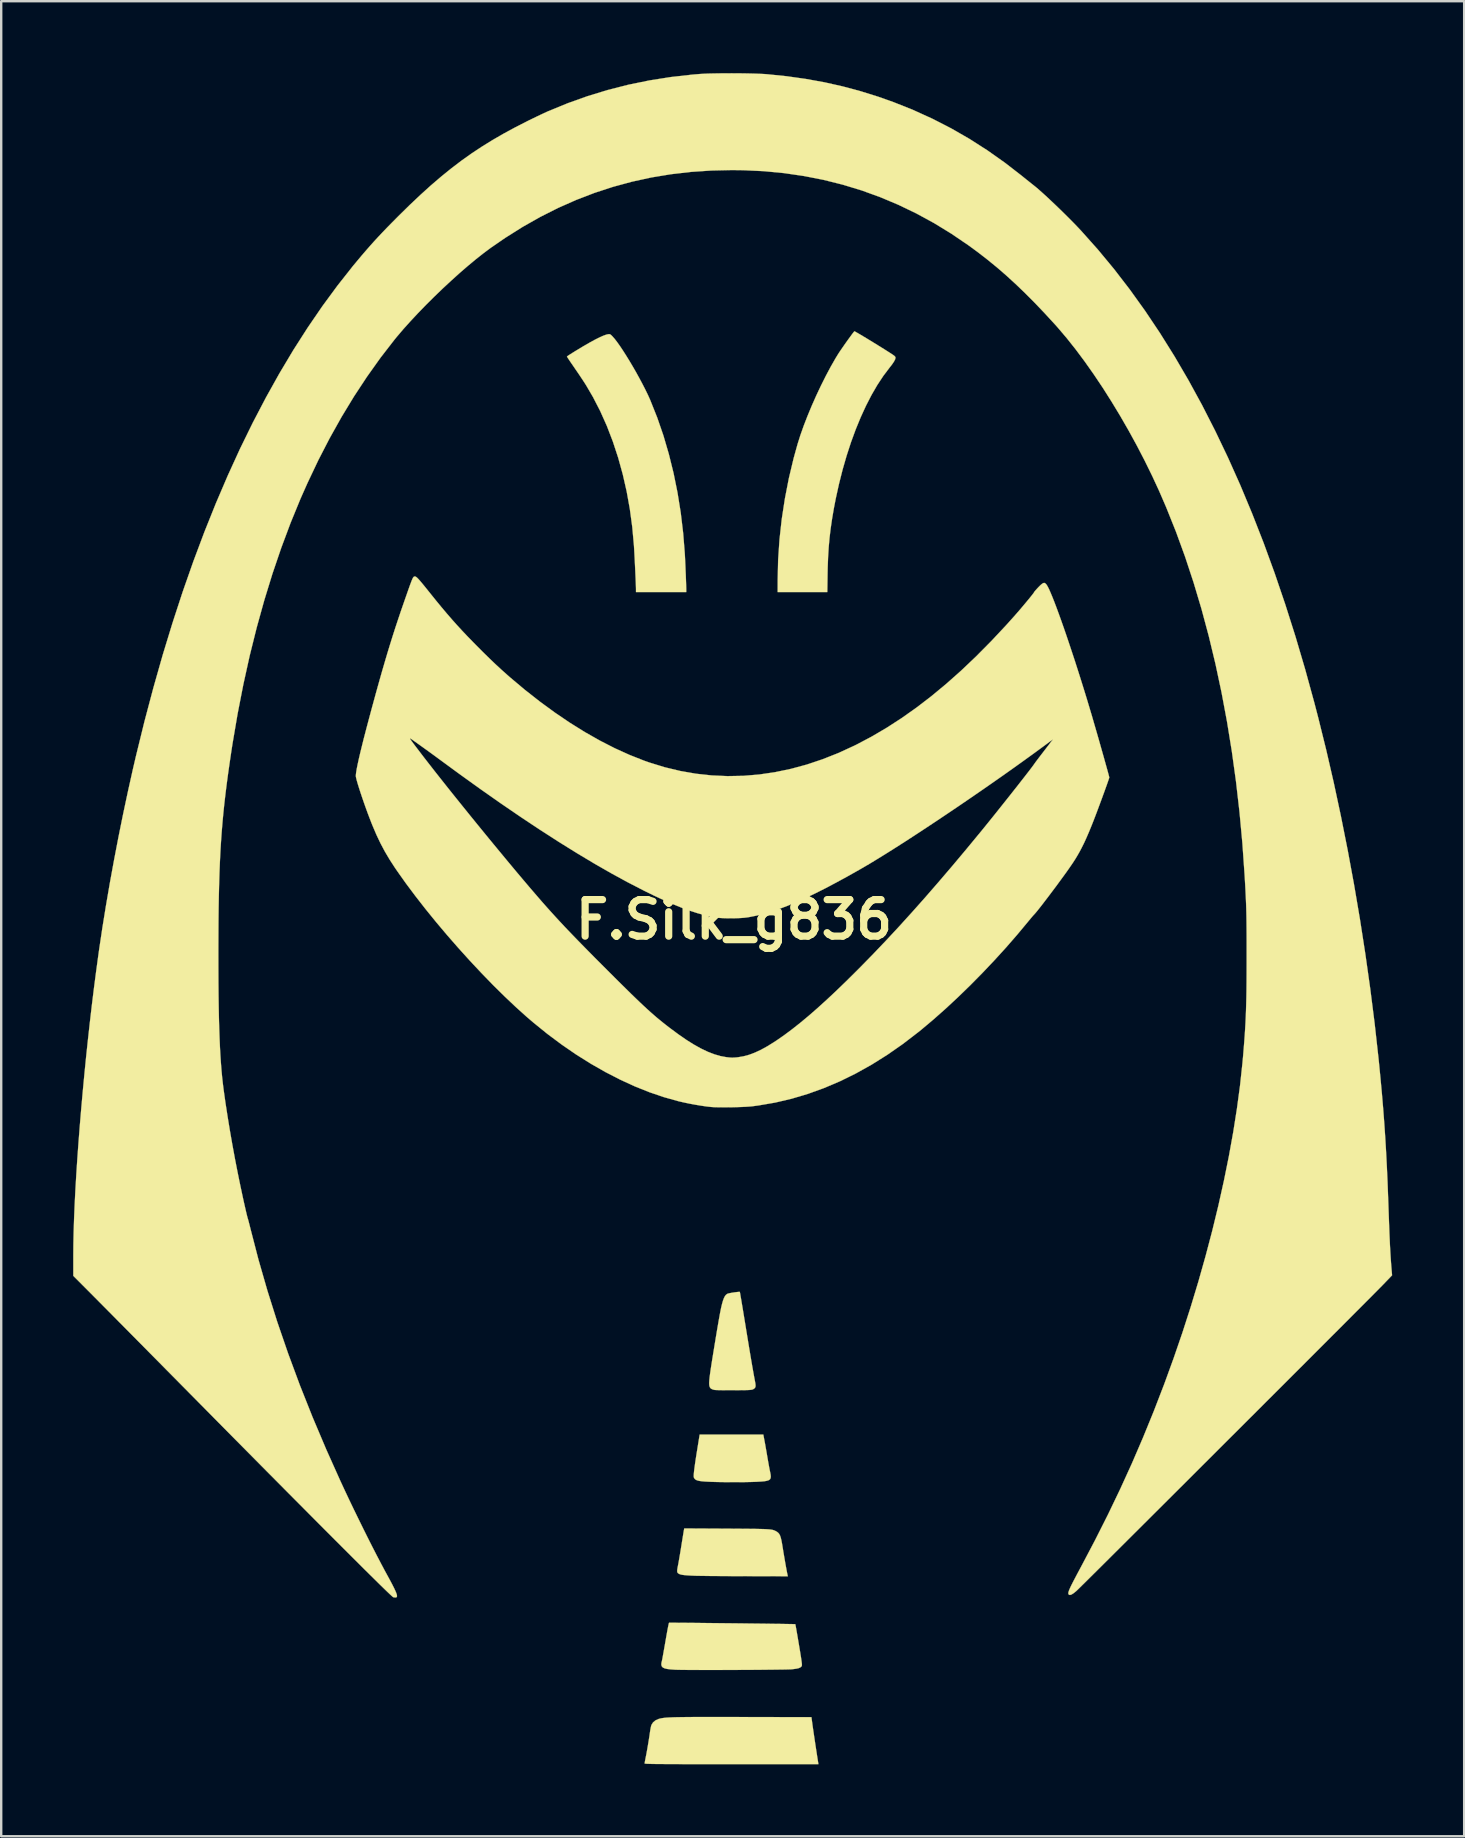
<source format=kicad_pcb>
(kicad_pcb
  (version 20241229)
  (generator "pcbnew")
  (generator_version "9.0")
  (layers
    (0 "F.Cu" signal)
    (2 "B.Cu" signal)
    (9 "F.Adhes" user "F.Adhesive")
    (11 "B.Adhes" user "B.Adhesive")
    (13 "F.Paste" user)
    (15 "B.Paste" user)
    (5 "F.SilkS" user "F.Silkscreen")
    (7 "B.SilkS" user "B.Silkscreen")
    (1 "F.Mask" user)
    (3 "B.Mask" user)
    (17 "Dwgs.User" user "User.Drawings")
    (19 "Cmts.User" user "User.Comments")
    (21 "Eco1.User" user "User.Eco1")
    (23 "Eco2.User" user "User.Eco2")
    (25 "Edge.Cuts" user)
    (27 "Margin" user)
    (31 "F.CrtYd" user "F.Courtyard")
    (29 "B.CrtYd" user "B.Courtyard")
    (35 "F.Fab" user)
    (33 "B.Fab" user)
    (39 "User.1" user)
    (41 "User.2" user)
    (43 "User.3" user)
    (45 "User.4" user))
  (footprint "F.Silk_g836"
    (layer "F.Cu")
    (at 27.543 35.28)
    (property "Reference" "F.Silk_g836" (at 0 0 0) (layer "F.SilkS") (effects (font (size 1.524 1.524) (thickness 0.3))))
    (attr through_hole)
    (fp_poly (pts (xy 1.277 21.754) (xy 1.3 21.877) (xy 1.326 22.027) (xy 1.355 22.189) (xy 1.382 22.349) (xy 1.397 22.437) (xy 1.421 22.578) (xy 1.447 22.721) (xy 1.471 22.853) (xy 1.493 22.965) (xy 1.506 23.026) (xy 1.526 23.13) (xy 1.534 23.213) (xy 1.526 23.278) (xy 1.499 23.328) (xy 1.449 23.364) (xy 1.372 23.39) (xy 1.265 23.409) (xy 1.124 23.421) (xy 0.945 23.431) (xy 0.9 23.433) (xy 0.682 23.44) (xy 0.433 23.445) (xy 0.162 23.447) (xy -0.119 23.447) (xy -0.402 23.445) (xy -0.675 23.441) (xy -0.928 23.434) (xy -1.005 23.431) (xy -1.19 23.422) (xy -1.337 23.41) (xy -1.451 23.394) (xy -1.537 23.372) (xy -1.598 23.343) (xy -1.641 23.306) (xy -1.669 23.259) (xy -1.673 23.249) (xy -1.679 23.208) (xy -1.677 23.133) (xy -1.667 23.022) (xy -1.65 22.875) (xy -1.625 22.69) (xy -1.592 22.467) (xy -1.551 22.204) (xy -1.531 22.082) (xy -1.431 21.463) (xy 1.222 21.463) (xy 1.277 21.754)) (stroke (width 0.01) (type solid)) (fill yes) (layer "F.SilkS"))
    (fp_poly (pts (xy 5.039 -24.514) (xy 5.091 -24.485) (xy 5.171 -24.439) (xy 5.274 -24.379) (xy 5.396 -24.306) (xy 5.533 -24.224) (xy 5.68 -24.134) (xy 5.834 -24.04) (xy 5.989 -23.944) (xy 6.143 -23.849) (xy 6.29 -23.757) (xy 6.427 -23.67) (xy 6.546 -23.594) (xy 6.63 -23.538) (xy 6.685 -23.498) (xy 6.716 -23.466) (xy 6.729 -23.438) (xy 6.731 -23.415) (xy 6.715 -23.348) (xy 6.666 -23.255) (xy 6.585 -23.136) (xy 6.477 -22.998) (xy 6.221 -22.659) (xy 5.972 -22.281) (xy 5.732 -21.867) (xy 5.501 -21.418) (xy 5.281 -20.939) (xy 5.072 -20.43) (xy 4.876 -19.895) (xy 4.694 -19.337) (xy 4.527 -18.758) (xy 4.376 -18.16) (xy 4.241 -17.547) (xy 4.161 -17.134) (xy 4.088 -16.706) (xy 4.029 -16.301) (xy 3.982 -15.909) (xy 3.947 -15.517) (xy 3.922 -15.114) (xy 3.906 -14.687) (xy 3.901 -14.441) (xy 3.889 -13.652) (xy 1.82 -13.652) (xy 1.821 -14.166) (xy 1.84 -14.999) (xy 1.897 -15.845) (xy 1.991 -16.697) (xy 2.122 -17.549) (xy 2.287 -18.397) (xy 2.487 -19.234) (xy 2.654 -19.834) (xy 2.77 -20.2) (xy 2.909 -20.592) (xy 3.068 -21.001) (xy 3.242 -21.42) (xy 3.429 -21.842) (xy 3.625 -22.257) (xy 3.826 -22.659) (xy 4.029 -23.04) (xy 4.23 -23.392) (xy 4.345 -23.58) (xy 4.389 -23.647) (xy 4.448 -23.735) (xy 4.518 -23.837) (xy 4.596 -23.948) (xy 4.677 -24.064) (xy 4.758 -24.177) (xy 4.835 -24.283) (xy 4.903 -24.376) (xy 4.959 -24.451) (xy 4.999 -24.501) (xy 5.018 -24.522) (xy 5.039 -24.514)) (stroke (width 0.01) (type solid)) (fill yes) (layer "F.SilkS"))
    (fp_poly (pts (xy -0.552 33.235) (xy -0.166 33.235) (xy 0.26 33.236) (xy 0.392 33.236) (xy 3.228 33.242) (xy 3.265 33.517) (xy 3.276 33.6) (xy 3.293 33.716) (xy 3.314 33.86) (xy 3.338 34.023) (xy 3.364 34.198) (xy 3.391 34.379) (xy 3.418 34.556) (xy 3.444 34.724) (xy 3.467 34.875) (xy 3.487 35.002) (xy 3.502 35.096) (xy 3.506 35.121) (xy 3.519 35.2) (xy -0.103 35.2) (xy -0.569 35.2) (xy -0.995 35.2) (xy -1.382 35.2) (xy -1.732 35.199) (xy -2.047 35.199) (xy -2.328 35.198) (xy -2.577 35.198) (xy -2.796 35.197) (xy -2.987 35.195) (xy -3.151 35.194) (xy -3.291 35.193) (xy -3.408 35.191) (xy -3.503 35.189) (xy -3.578 35.186) (xy -3.636 35.184) (xy -3.678 35.181) (xy -3.706 35.178) (xy -3.721 35.174) (xy -3.725 35.171) (xy -3.721 35.138) (xy -3.71 35.075) (xy -3.694 34.991) (xy -3.683 34.936) (xy -3.653 34.784) (xy -3.62 34.603) (xy -3.586 34.406) (xy -3.553 34.205) (xy -3.523 34.014) (xy -3.503 33.873) (xy -3.487 33.769) (xy -3.469 33.674) (xy -3.452 33.6) (xy -3.44 33.564) (xy -3.374 33.46) (xy -3.273 33.376) (xy -3.142 33.317) (xy -3.138 33.316) (xy -3.097 33.305) (xy -3.053 33.294) (xy -3.004 33.284) (xy -2.947 33.276) (xy -2.881 33.268) (xy -2.802 33.261) (xy -2.71 33.256) (xy -2.602 33.251) (xy -2.475 33.246) (xy -2.329 33.243) (xy -2.159 33.24) (xy -1.965 33.238) (xy -1.745 33.236) (xy -1.495 33.235) (xy -1.215 33.235) (xy -0.901 33.234) (xy -0.552 33.235)) (stroke (width 0.01) (type solid)) (fill yes) (layer "F.SilkS"))
    (fp_poly (pts (xy -0.322 25.385) (xy 0.004 25.387) (xy 0.29 25.389) (xy 0.54 25.391) (xy 0.756 25.393) (xy 0.941 25.395) (xy 1.098 25.399) (xy 1.23 25.402) (xy 1.339 25.407) (xy 1.429 25.413) (xy 1.501 25.419) (xy 1.56 25.427) (xy 1.608 25.436) (xy 1.648 25.447) (xy 1.682 25.459) (xy 1.713 25.474) (xy 1.735 25.484) (xy 1.796 25.519) (xy 1.845 25.559) (xy 1.886 25.608) (xy 1.92 25.673) (xy 1.949 25.758) (xy 1.976 25.869) (xy 2.003 26.012) (xy 2.032 26.191) (xy 2.034 26.199) (xy 2.056 26.341) (xy 2.083 26.499) (xy 2.111 26.663) (xy 2.139 26.826) (xy 2.167 26.981) (xy 2.192 27.118) (xy 2.214 27.231) (xy 2.231 27.311) (xy 2.233 27.321) (xy 2.244 27.369) (xy 0.493 27.365) (xy 0.213 27.364) (xy -0.061 27.363) (xy -0.327 27.362) (xy -0.581 27.36) (xy -0.818 27.359) (xy -1.034 27.357) (xy -1.225 27.354) (xy -1.387 27.352) (xy -1.516 27.35) (xy -1.609 27.348) (xy -1.63 27.347) (xy -1.812 27.339) (xy -1.957 27.33) (xy -2.071 27.32) (xy -2.158 27.309) (xy -2.224 27.295) (xy -2.274 27.277) (xy -2.305 27.261) (xy -2.339 27.236) (xy -2.36 27.207) (xy -2.369 27.165) (xy -2.366 27.103) (xy -2.353 27.015) (xy -2.33 26.9) (xy -2.316 26.826) (xy -2.297 26.719) (xy -2.274 26.584) (xy -2.248 26.431) (xy -2.221 26.267) (xy -2.194 26.099) (xy -2.192 26.088) (xy -2.167 25.93) (xy -2.143 25.783) (xy -2.122 25.654) (xy -2.105 25.548) (xy -2.092 25.471) (xy -2.084 25.429) (xy -2.083 25.425) (xy -2.073 25.376) (xy -0.322 25.385)) (stroke (width 0.01) (type solid)) (fill yes) (layer "F.SilkS"))
    (fp_poly (pts (xy 0.243 15.518) (xy 0.248 15.54) (xy 0.259 15.6) (xy 0.275 15.695) (xy 0.297 15.82) (xy 0.322 15.972) (xy 0.352 16.148) (xy 0.384 16.344) (xy 0.419 16.556) (xy 0.455 16.775) (xy 0.521 17.18) (xy 0.581 17.545) (xy 0.635 17.872) (xy 0.684 18.162) (xy 0.727 18.417) (xy 0.765 18.64) (xy 0.799 18.831) (xy 0.828 18.993) (xy 0.853 19.127) (xy 0.87 19.217) (xy 0.891 19.334) (xy 0.899 19.419) (xy 0.893 19.479) (xy 0.87 19.522) (xy 0.829 19.556) (xy 0.8 19.573) (xy 0.778 19.583) (xy 0.75 19.591) (xy 0.713 19.598) (xy 0.66 19.603) (xy 0.589 19.607) (xy 0.493 19.61) (xy 0.37 19.612) (xy 0.214 19.613) (xy 0.02 19.615) (xy -0.011 19.615) (xy -0.187 19.615) (xy -0.352 19.615) (xy -0.501 19.613) (xy -0.628 19.611) (xy -0.728 19.608) (xy -0.796 19.604) (xy -0.823 19.601) (xy -0.891 19.581) (xy -0.945 19.557) (xy -0.986 19.523) (xy -1.014 19.475) (xy -1.03 19.41) (xy -1.035 19.322) (xy -1.029 19.208) (xy -1.015 19.064) (xy -0.991 18.885) (xy -0.973 18.759) (xy -0.951 18.615) (xy -0.924 18.44) (xy -0.892 18.242) (xy -0.857 18.026) (xy -0.82 17.799) (xy -0.782 17.568) (xy -0.744 17.338) (xy -0.707 17.115) (xy -0.671 16.907) (xy -0.639 16.72) (xy -0.61 16.559) (xy -0.587 16.432) (xy -0.58 16.394) (xy -0.538 16.184) (xy -0.497 16.013) (xy -0.458 15.877) (xy -0.418 15.771) (xy -0.377 15.692) (xy -0.331 15.636) (xy -0.28 15.599) (xy -0.271 15.594) (xy -0.229 15.581) (xy -0.16 15.566) (xy -0.075 15.55) (xy 0.016 15.536) (xy 0.104 15.525) (xy 0.178 15.517) (xy 0.228 15.515) (xy 0.243 15.518)) (stroke (width 0.01) (type solid)) (fill yes) (layer "F.SilkS"))
    (fp_poly (pts (xy -5.162 -24.395) (xy -5.123 -24.367) (xy -5.07 -24.315) (xy -5.062 -24.306) (xy -4.972 -24.204) (xy -4.868 -24.068) (xy -4.75 -23.902) (xy -4.624 -23.713) (xy -4.49 -23.503) (xy -4.352 -23.278) (xy -4.212 -23.042) (xy -4.073 -22.8) (xy -3.939 -22.556) (xy -3.811 -22.316) (xy -3.692 -22.083) (xy -3.585 -21.863) (xy -3.493 -21.659) (xy -3.485 -21.639) (xy -3.199 -20.922) (xy -2.942 -20.177) (xy -2.716 -19.405) (xy -2.519 -18.61) (xy -2.354 -17.795) (xy -2.22 -16.962) (xy -2.119 -16.113) (xy -2.054 -15.303) (xy -2.047 -15.195) (xy -2.04 -15.06) (xy -2.033 -14.903) (xy -2.025 -14.733) (xy -2.018 -14.556) (xy -2.01 -14.38) (xy -2.004 -14.21) (xy -1.998 -14.055) (xy -1.994 -13.921) (xy -1.991 -13.815) (xy -1.99 -13.744) (xy -1.99 -13.742) (xy -1.99 -13.652) (xy -4.085 -13.652) (xy -4.085 -13.766) (xy -4.086 -13.828) (xy -4.089 -13.927) (xy -4.094 -14.056) (xy -4.1 -14.208) (xy -4.108 -14.378) (xy -4.116 -14.56) (xy -4.125 -14.747) (xy -4.134 -14.932) (xy -4.143 -15.111) (xy -4.152 -15.277) (xy -4.16 -15.423) (xy -4.167 -15.544) (xy -4.171 -15.6) (xy -4.24 -16.363) (xy -4.341 -17.112) (xy -4.473 -17.845) (xy -4.636 -18.56) (xy -4.828 -19.255) (xy -5.049 -19.927) (xy -5.298 -20.575) (xy -5.575 -21.195) (xy -5.879 -21.785) (xy -6.161 -22.267) (xy -6.22 -22.361) (xy -6.298 -22.481) (xy -6.389 -22.618) (xy -6.487 -22.764) (xy -6.587 -22.909) (xy -6.644 -22.993) (xy -6.729 -23.117) (xy -6.806 -23.229) (xy -6.871 -23.325) (xy -6.921 -23.4) (xy -6.952 -23.45) (xy -6.963 -23.469) (xy -6.946 -23.484) (xy -6.897 -23.518) (xy -6.823 -23.566) (xy -6.728 -23.626) (xy -6.617 -23.695) (xy -6.566 -23.726) (xy -6.276 -23.901) (xy -6.019 -24.049) (xy -5.794 -24.172) (xy -5.602 -24.268) (xy -5.444 -24.339) (xy -5.319 -24.383) (xy -5.243 -24.4) (xy -5.198 -24.403) (xy -5.162 -24.395)) (stroke (width 0.01) (type solid)) (fill yes) (layer "F.SilkS"))
    (fp_poly (pts (xy -2.527 29.306) (xy -2.397 29.307) (xy -2.237 29.308) (xy -2.05 29.309) (xy -1.84 29.311) (xy -1.609 29.313) (xy -1.361 29.316) (xy -1.098 29.319) (xy -0.824 29.322) (xy -0.542 29.325) (xy -0.255 29.328) (xy 0.034 29.331) (xy 0.322 29.334) (xy 0.606 29.338) (xy 0.882 29.341) (xy 1.148 29.344) (xy 1.4 29.347) (xy 1.635 29.351) (xy 1.851 29.353) (xy 2.043 29.356) (xy 2.21 29.359) (xy 2.347 29.361) (xy 2.452 29.363) (xy 2.522 29.364) (xy 2.553 29.366) (xy 2.555 29.366) (xy 2.56 29.388) (xy 2.572 29.446) (xy 2.588 29.535) (xy 2.608 29.648) (xy 2.631 29.78) (xy 2.656 29.926) (xy 2.682 30.079) (xy 2.708 30.234) (xy 2.733 30.385) (xy 2.757 30.526) (xy 2.777 30.652) (xy 2.794 30.757) (xy 2.805 30.835) (xy 2.82 30.944) (xy 2.829 31.019) (xy 2.831 31.068) (xy 2.827 31.1) (xy 2.817 31.121) (xy 2.805 31.136) (xy 2.764 31.169) (xy 2.706 31.196) (xy 2.622 31.217) (xy 2.507 31.234) (xy 2.421 31.244) (xy 2.368 31.248) (xy 2.276 31.251) (xy 2.149 31.254) (xy 1.991 31.257) (xy 1.803 31.259) (xy 1.592 31.262) (xy 1.358 31.264) (xy 1.107 31.267) (xy 0.842 31.269) (xy 0.565 31.27) (xy 0.282 31.272) (xy -0.006 31.273) (xy -0.294 31.274) (xy -0.578 31.275) (xy -0.856 31.275) (xy -1.124 31.275) (xy -1.378 31.275) (xy -1.615 31.274) (xy -1.832 31.273) (xy -2.024 31.272) (xy -2.189 31.27) (xy -2.322 31.268) (xy -2.421 31.265) (xy -2.466 31.263) (xy -2.646 31.25) (xy -2.787 31.232) (xy -2.892 31.207) (xy -2.965 31.172) (xy -3.009 31.125) (xy -3.028 31.064) (xy -3.025 30.986) (xy -3.006 30.903) (xy -2.997 30.864) (xy -2.982 30.789) (xy -2.963 30.684) (xy -2.94 30.555) (xy -2.914 30.409) (xy -2.886 30.251) (xy -2.88 30.215) (xy -2.837 29.969) (xy -2.801 29.764) (xy -2.771 29.598) (xy -2.746 29.47) (xy -2.727 29.38) (xy -2.714 29.325) (xy -2.706 29.306) (xy -2.685 29.306) (xy -2.624 29.305) (xy -2.527 29.306)) (stroke (width 0.01) (type solid)) (fill yes) (layer "F.SilkS"))
    (fp_poly (pts (xy -13.272 -14.297) (xy -13.242 -14.279) (xy -13.204 -14.248) (xy -13.156 -14.199) (xy -13.095 -14.131) (xy -13.018 -14.04) (xy -12.922 -13.924) (xy -12.806 -13.78) (xy -12.675 -13.617) (xy -12.426 -13.307) (xy -12.195 -13.026) (xy -11.977 -12.767) (xy -11.766 -12.523) (xy -11.556 -12.287) (xy -11.342 -12.054) (xy -11.117 -11.816) (xy -10.876 -11.568) (xy -10.785 -11.475) (xy -10.488 -11.176) (xy -10.211 -10.904) (xy -9.95 -10.654) (xy -9.697 -10.42) (xy -9.447 -10.197) (xy -9.345 -10.107) (xy -8.72 -9.581) (xy -8.091 -9.087) (xy -7.462 -8.627) (xy -6.833 -8.201) (xy -6.206 -7.811) (xy -5.583 -7.458) (xy -4.965 -7.142) (xy -4.354 -6.865) (xy -3.752 -6.627) (xy -3.524 -6.547) (xy -2.881 -6.349) (xy -2.233 -6.194) (xy -1.583 -6.081) (xy -0.929 -6.01) (xy -0.272 -5.981) (xy 0.386 -5.993) (xy 1.047 -6.048) (xy 1.708 -6.145) (xy 2.371 -6.283) (xy 3.035 -6.463) (xy 3.699 -6.686) (xy 4.363 -6.949) (xy 5.026 -7.255) (xy 5.109 -7.296) (xy 5.739 -7.629) (xy 6.365 -7.997) (xy 6.988 -8.4) (xy 7.609 -8.839) (xy 8.228 -9.314) (xy 8.848 -9.828) (xy 9.468 -10.379) (xy 10.09 -10.97) (xy 10.715 -11.601) (xy 11.344 -12.272) (xy 11.662 -12.626) (xy 11.764 -12.742) (xy 11.872 -12.866) (xy 11.981 -12.994) (xy 12.089 -13.122) (xy 12.192 -13.245) (xy 12.286 -13.359) (xy 12.368 -13.46) (xy 12.435 -13.544) (xy 12.482 -13.606) (xy 12.507 -13.642) (xy 12.509 -13.649) (xy 12.523 -13.671) (xy 12.561 -13.716) (xy 12.617 -13.779) (xy 12.684 -13.851) (xy 12.775 -13.942) (xy 12.845 -14.001) (xy 12.9 -14.031) (xy 12.945 -14.033) (xy 12.987 -14.008) (xy 13.026 -13.964) (xy 13.069 -13.895) (xy 13.124 -13.787) (xy 13.188 -13.644) (xy 13.262 -13.467) (xy 13.345 -13.259) (xy 13.435 -13.022) (xy 13.532 -12.759) (xy 13.636 -12.471) (xy 13.745 -12.162) (xy 13.858 -11.833) (xy 13.975 -11.486) (xy 14.095 -11.125) (xy 14.218 -10.752) (xy 14.341 -10.368) (xy 14.465 -9.976) (xy 14.589 -9.579) (xy 14.712 -9.179) (xy 14.832 -8.778) (xy 14.919 -8.488) (xy 14.972 -8.304) (xy 15.03 -8.104) (xy 15.091 -7.894) (xy 15.154 -7.677) (xy 15.217 -7.457) (xy 15.279 -7.237) (xy 15.34 -7.022) (xy 15.399 -6.815) (xy 15.453 -6.621) (xy 15.503 -6.442) (xy 15.547 -6.284) (xy 15.584 -6.15) (xy 15.613 -6.043) (xy 15.632 -5.968) (xy 15.642 -5.929) (xy 15.642 -5.924) (xy 15.635 -5.898) (xy 15.615 -5.837) (xy 15.583 -5.744) (xy 15.542 -5.626) (xy 15.491 -5.485) (xy 15.435 -5.328) (xy 15.372 -5.157) (xy 15.356 -5.111) (xy 15.22 -4.744) (xy 15.097 -4.415) (xy 14.983 -4.118) (xy 14.877 -3.852) (xy 14.777 -3.611) (xy 14.682 -3.393) (xy 14.591 -3.194) (xy 14.5 -3.011) (xy 14.41 -2.84) (xy 14.318 -2.678) (xy 14.223 -2.52) (xy 14.122 -2.364) (xy 14.014 -2.206) (xy 13.974 -2.148) (xy 13.863 -1.991) (xy 13.741 -1.822) (xy 13.611 -1.644) (xy 13.477 -1.461) (xy 13.34 -1.277) (xy 13.204 -1.096) (xy 13.073 -0.922) (xy 12.947 -0.758) (xy 12.832 -0.607) (xy 12.728 -0.475) (xy 12.64 -0.365) (xy 12.57 -0.28) (xy 12.52 -0.224) (xy 12.509 -0.212) (xy 12.475 -0.176) (xy 12.422 -0.115) (xy 12.356 -0.036) (xy 12.283 0.052) (xy 12.265 0.074) (xy 11.815 0.615) (xy 11.344 1.157) (xy 10.854 1.695) (xy 10.352 2.225) (xy 9.843 2.741) (xy 9.33 3.239) (xy 8.818 3.715) (xy 8.313 4.162) (xy 7.819 4.578) (xy 7.681 4.689) (xy 7.038 5.183) (xy 6.391 5.634) (xy 5.739 6.043) (xy 5.082 6.41) (xy 4.42 6.736) (xy 3.753 7.02) (xy 3.08 7.263) (xy 2.401 7.465) (xy 1.716 7.626) (xy 1.023 7.745) (xy 0.762 7.78) (xy 0.641 7.791) (xy 0.487 7.801) (xy 0.308 7.809) (xy 0.112 7.816) (xy -0.092 7.821) (xy -0.296 7.823) (xy -0.492 7.823) (xy -0.671 7.821) (xy -0.825 7.817) (xy -0.946 7.809) (xy -0.953 7.809) (xy -1.143 7.788) (xy -1.362 7.756) (xy -1.599 7.717) (xy -1.844 7.672) (xy -2.084 7.622) (xy -2.309 7.57) (xy -2.328 7.565) (xy -2.922 7.399) (xy -3.525 7.194) (xy -4.134 6.95) (xy -4.746 6.669) (xy -5.36 6.353) (xy -5.973 6.003) (xy -6.583 5.62) (xy -7.186 5.205) (xy -7.781 4.761) (xy -8.366 4.287) (xy -8.647 4.046) (xy -9.102 3.636) (xy -9.571 3.192) (xy -10.049 2.72) (xy -10.531 2.223) (xy -11.013 1.708) (xy -11.491 1.179) (xy -11.961 0.641) (xy -12.418 0.099) (xy -12.857 -0.442) (xy -13.275 -0.978) (xy -13.667 -1.502) (xy -14.029 -2.012) (xy -14.13 -2.159) (xy -14.352 -2.501) (xy -14.552 -2.839) (xy -14.736 -3.185) (xy -14.908 -3.548) (xy -15.075 -3.94) (xy -15.12 -4.053) (xy -15.197 -4.252) (xy -15.276 -4.461) (xy -15.354 -4.676) (xy -15.43 -4.891) (xy -15.502 -5.101) (xy -15.569 -5.301) (xy -15.629 -5.487) (xy -15.68 -5.652) (xy -15.72 -5.791) (xy -15.748 -5.901) (xy -15.76 -5.96) (xy -15.761 -6.026) (xy -15.749 -6.133) (xy -15.725 -6.279) (xy -15.688 -6.464) (xy -15.639 -6.689) (xy -15.578 -6.952) (xy -15.504 -7.253) (xy -15.43 -7.55) (xy -13.505 -7.55) (xy -13.496 -7.528) (xy -13.469 -7.485) (xy -13.421 -7.419) (xy -13.353 -7.327) (xy -13.262 -7.206) (xy -13.158 -7.07) (xy -12.953 -6.801) (xy -12.723 -6.505) (xy -12.472 -6.183) (xy -12.201 -5.84) (xy -11.915 -5.479) (xy -11.615 -5.104) (xy -11.305 -4.719) (xy -10.988 -4.326) (xy -10.666 -3.93) (xy -10.343 -3.534) (xy -10.021 -3.142) (xy -9.703 -2.757) (xy -9.392 -2.382) (xy -9.092 -2.022) (xy -8.804 -1.68) (xy -8.533 -1.36) (xy -8.383 -1.185) (xy -8.185 -0.955) (xy -7.995 -0.736) (xy -7.808 -0.524) (xy -7.622 -0.317) (xy -7.435 -0.111) (xy -7.242 0.098) (xy -7.043 0.311) (xy -6.832 0.532) (xy -6.608 0.765) (xy -6.367 1.012) (xy -6.107 1.277) (xy -5.825 1.563) (xy -5.517 1.872) (xy -5.272 2.117) (xy -4.988 2.401) (xy -4.731 2.656) (xy -4.498 2.886) (xy -4.288 3.093) (xy -4.096 3.278) (xy -3.922 3.446) (xy -3.761 3.597) (xy -3.612 3.735) (xy -3.472 3.861) (xy -3.339 3.978) (xy -3.21 4.089) (xy -3.081 4.195) (xy -2.952 4.3) (xy -2.819 4.405) (xy -2.679 4.513) (xy -2.667 4.522) (xy -2.312 4.785) (xy -1.979 5.015) (xy -1.666 5.211) (xy -1.371 5.375) (xy -1.092 5.508) (xy -0.827 5.611) (xy -0.574 5.685) (xy -0.331 5.731) (xy -0.296 5.735) (xy -0.18 5.748) (xy -0.086 5.753) (xy 0.003 5.751) (xy 0.105 5.743) (xy 0.18 5.734) (xy 0.404 5.695) (xy 0.633 5.633) (xy 0.869 5.544) (xy 1.117 5.429) (xy 1.381 5.284) (xy 1.665 5.108) (xy 1.79 5.026) (xy 2.1 4.81) (xy 2.422 4.57) (xy 2.757 4.305) (xy 3.107 4.014) (xy 3.473 3.695) (xy 3.857 3.347) (xy 4.261 2.969) (xy 4.685 2.559) (xy 5.131 2.117) (xy 5.281 1.966) (xy 5.806 1.429) (xy 6.334 0.875) (xy 6.868 0.301) (xy 7.409 -0.295) (xy 7.961 -0.916) (xy 8.525 -1.565) (xy 9.104 -2.242) (xy 9.699 -2.952) (xy 10.311 -3.694) (xy 10.433 -3.844) (xy 10.569 -4.012) (xy 10.715 -4.193) (xy 10.869 -4.384) (xy 11.028 -4.584) (xy 11.19 -4.787) (xy 11.353 -4.992) (xy 11.515 -5.196) (xy 11.672 -5.395) (xy 11.823 -5.586) (xy 11.964 -5.767) (xy 12.095 -5.934) (xy 12.211 -6.084) (xy 12.312 -6.214) (xy 12.394 -6.322) (xy 12.455 -6.403) (xy 12.493 -6.456) (xy 12.5 -6.466) (xy 12.529 -6.507) (xy 12.576 -6.573) (xy 12.637 -6.654) (xy 12.704 -6.743) (xy 12.711 -6.752) (xy 12.789 -6.854) (xy 12.882 -6.975) (xy 12.98 -7.102) (xy 13.071 -7.222) (xy 13.09 -7.246) (xy 13.297 -7.517) (xy 12.915 -7.235) (xy 12.51 -6.938) (xy 12.088 -6.633) (xy 11.652 -6.321) (xy 11.205 -6.004) (xy 10.749 -5.685) (xy 10.288 -5.365) (xy 9.824 -5.046) (xy 9.361 -4.73) (xy 8.901 -4.42) (xy 8.447 -4.116) (xy 8.003 -3.822) (xy 7.57 -3.538) (xy 7.153 -3.267) (xy 6.753 -3.011) (xy 6.374 -2.772) (xy 6.019 -2.552) (xy 5.69 -2.352) (xy 5.39 -2.175) (xy 5.26 -2.1) (xy 4.746 -1.81) (xy 4.262 -1.546) (xy 3.808 -1.306) (xy 3.379 -1.09) (xy 2.975 -0.897) (xy 2.593 -0.726) (xy 2.231 -0.576) (xy 1.887 -0.446) (xy 1.559 -0.335) (xy 1.244 -0.242) (xy 0.94 -0.167) (xy 0.646 -0.108) (xy 0.546 -0.092) (xy 0.421 -0.077) (xy 0.266 -0.066) (xy 0.09 -0.058) (xy -0.095 -0.055) (xy -0.278 -0.056) (xy -0.449 -0.061) (xy -0.596 -0.07) (xy -0.688 -0.081) (xy -0.961 -0.127) (xy -1.244 -0.192) (xy -1.542 -0.275) (xy -1.856 -0.377) (xy -2.19 -0.5) (xy -2.546 -0.645) (xy -2.927 -0.812) (xy -3.336 -1.003) (xy -3.776 -1.219) (xy -3.789 -1.226) (xy -4.441 -1.563) (xy -5.119 -1.933) (xy -5.823 -2.337) (xy -6.553 -2.774) (xy -7.307 -3.243) (xy -8.087 -3.745) (xy -8.892 -4.28) (xy -9.722 -4.847) (xy -10.577 -5.447) (xy -11.456 -6.079) (xy -11.97 -6.456) (xy -12.25 -6.661) (xy -12.501 -6.846) (xy -12.73 -7.012) (xy -12.943 -7.165) (xy -13.143 -7.309) (xy -13.338 -7.447) (xy -13.388 -7.483) (xy -13.437 -7.517) (xy -13.474 -7.542) (xy -13.497 -7.553) (xy -13.505 -7.55) (xy -15.43 -7.55) (xy -15.419 -7.592) (xy -15.321 -7.969) (xy -15.211 -8.383) (xy -15.09 -8.834) (xy -15.057 -8.954) (xy -14.923 -9.445) (xy -14.796 -9.9) (xy -14.676 -10.325) (xy -14.56 -10.723) (xy -14.448 -11.102) (xy -14.337 -11.465) (xy -14.227 -11.818) (xy -14.115 -12.167) (xy -13.999 -12.516) (xy -13.88 -12.87) (xy -13.753 -13.236) (xy -13.737 -13.282) (xy -13.658 -13.508) (xy -13.592 -13.697) (xy -13.537 -13.853) (xy -13.491 -13.979) (xy -13.454 -14.078) (xy -13.424 -14.154) (xy -13.4 -14.209) (xy -13.38 -14.248) (xy -13.363 -14.273) (xy -13.348 -14.289) (xy -13.333 -14.297) (xy -13.319 -14.301) (xy -13.297 -14.303) (xy -13.272 -14.297)) (stroke (width 0.01) (type solid)) (fill yes) (layer "F.SilkS"))
    (fp_poly (pts (xy 0.165 -35.274) (xy 0.425 -35.271) (xy 0.674 -35.266) (xy 0.905 -35.26) (xy 1.111 -35.252) (xy 1.285 -35.243) (xy 1.376 -35.236) (xy 2.199 -35.152) (xy 2.994 -35.04) (xy 3.768 -34.9) (xy 4.526 -34.73) (xy 5.275 -34.529) (xy 6.02 -34.296) (xy 6.646 -34.074) (xy 7.468 -33.746) (xy 8.27 -33.381) (xy 9.053 -32.979) (xy 9.818 -32.539) (xy 10.565 -32.061) (xy 11.296 -31.544) (xy 11.956 -31.033) (xy 12.077 -30.936) (xy 12.193 -30.842) (xy 12.3 -30.757) (xy 12.39 -30.685) (xy 12.458 -30.631) (xy 12.485 -30.61) (xy 12.592 -30.524) (xy 12.724 -30.41) (xy 12.877 -30.274) (xy 13.047 -30.119) (xy 13.228 -29.949) (xy 13.418 -29.769) (xy 13.612 -29.581) (xy 13.806 -29.391) (xy 13.995 -29.202) (xy 14.177 -29.018) (xy 14.345 -28.843) (xy 14.478 -28.701) (xy 15.167 -27.928) (xy 15.839 -27.117) (xy 16.494 -26.267) (xy 17.132 -25.378) (xy 17.752 -24.452) (xy 18.355 -23.488) (xy 18.94 -22.487) (xy 19.508 -21.448) (xy 20.057 -20.371) (xy 20.589 -19.258) (xy 21.103 -18.108) (xy 21.598 -16.921) (xy 22.076 -15.698) (xy 22.535 -14.439) (xy 22.976 -13.143) (xy 23.399 -11.812) (xy 23.803 -10.445) (xy 24.188 -9.042) (xy 24.349 -8.424) (xy 24.68 -7.088) (xy 24.996 -5.718) (xy 25.295 -4.32) (xy 25.578 -2.901) (xy 25.843 -1.466) (xy 26.089 -0.021) (xy 26.314 1.427) (xy 26.518 2.872) (xy 26.7 4.308) (xy 26.858 5.73) (xy 26.881 5.948) (xy 26.946 6.615) (xy 27.005 7.253) (xy 27.057 7.87) (xy 27.103 8.475) (xy 27.144 9.077) (xy 27.18 9.685) (xy 27.212 10.307) (xy 27.241 10.951) (xy 27.266 11.626) (xy 27.273 11.822) (xy 27.286 12.193) (xy 27.298 12.526) (xy 27.309 12.825) (xy 27.319 13.093) (xy 27.33 13.335) (xy 27.34 13.555) (xy 27.351 13.757) (xy 27.362 13.945) (xy 27.373 14.122) (xy 27.385 14.293) (xy 27.398 14.462) (xy 27.41 14.604) (xy 27.429 14.825) (xy 27.051 15.218) (xy 27.004 15.266) (xy 26.929 15.342) (xy 26.827 15.445) (xy 26.7 15.573) (xy 26.549 15.726) (xy 26.374 15.901) (xy 26.178 16.098) (xy 25.961 16.315) (xy 25.725 16.552) (xy 25.471 16.807) (xy 25.2 17.079) (xy 24.912 17.366) (xy 24.611 17.668) (xy 24.296 17.983) (xy 23.969 18.311) (xy 23.631 18.649) (xy 23.283 18.996) (xy 22.927 19.353) (xy 22.563 19.716) (xy 22.193 20.085) (xy 21.819 20.46) (xy 21.441 20.837) (xy 21.06 21.218) (xy 20.678 21.599) (xy 20.296 21.98) (xy 19.916 22.361) (xy 19.537 22.738) (xy 19.163 23.112) (xy 18.793 23.482) (xy 18.429 23.845) (xy 18.072 24.201) (xy 17.724 24.548) (xy 17.385 24.886) (xy 17.057 25.213) (xy 16.741 25.528) (xy 16.439 25.829) (xy 16.151 26.116) (xy 15.879 26.387) (xy 15.623 26.642) (xy 15.386 26.878) (xy 15.168 27.095) (xy 14.97 27.291) (xy 14.795 27.465) (xy 14.642 27.617) (xy 14.513 27.744) (xy 14.41 27.846) (xy 14.333 27.922) (xy 14.284 27.969) (xy 14.266 27.986) (xy 14.156 28.075) (xy 14.068 28.13) (xy 14.001 28.15) (xy 13.956 28.136) (xy 13.937 28.099) (xy 13.934 28.072) (xy 13.939 28.036) (xy 13.954 27.987) (xy 13.978 27.923) (xy 14.015 27.84) (xy 14.065 27.736) (xy 14.129 27.609) (xy 14.21 27.454) (xy 14.307 27.269) (xy 14.424 27.051) (xy 14.47 26.965) (xy 15.044 25.875) (xy 15.586 24.8) (xy 16.099 23.731) (xy 16.586 22.662) (xy 17.05 21.584) (xy 17.496 20.491) (xy 17.927 19.373) (xy 17.945 19.325) (xy 18.327 18.273) (xy 18.691 17.213) (xy 19.034 16.149) (xy 19.356 15.085) (xy 19.656 14.023) (xy 19.934 12.967) (xy 20.189 11.919) (xy 20.42 10.882) (xy 20.627 9.861) (xy 20.808 8.857) (xy 20.963 7.874) (xy 21.092 6.915) (xy 21.192 5.984) (xy 21.219 5.694) (xy 21.244 5.387) (xy 21.267 5.099) (xy 21.287 4.827) (xy 21.304 4.564) (xy 21.319 4.306) (xy 21.331 4.048) (xy 21.341 3.786) (xy 21.349 3.514) (xy 21.356 3.227) (xy 21.361 2.921) (xy 21.364 2.591) (xy 21.366 2.232) (xy 21.367 1.838) (xy 21.367 1.535) (xy 21.367 1.185) (xy 21.367 0.874) (xy 21.366 0.595) (xy 21.364 0.343) (xy 21.362 0.115) (xy 21.359 -0.096) (xy 21.355 -0.293) (xy 21.35 -0.482) (xy 21.344 -0.668) (xy 21.336 -0.855) (xy 21.327 -1.049) (xy 21.317 -1.254) (xy 21.305 -1.475) (xy 21.291 -1.717) (xy 21.282 -1.863) (xy 21.19 -3.182) (xy 21.07 -4.483) (xy 20.923 -5.763) (xy 20.749 -7.022) (xy 20.548 -8.258) (xy 20.321 -9.47) (xy 20.068 -10.657) (xy 19.789 -11.818) (xy 19.485 -12.95) (xy 19.155 -14.054) (xy 18.801 -15.127) (xy 18.422 -16.168) (xy 18.018 -17.177) (xy 17.721 -17.865) (xy 17.429 -18.496) (xy 17.118 -19.129) (xy 16.792 -19.758) (xy 16.451 -20.381) (xy 16.098 -20.994) (xy 15.736 -21.592) (xy 15.368 -22.172) (xy 14.994 -22.73) (xy 14.618 -23.263) (xy 14.242 -23.767) (xy 13.869 -24.237) (xy 13.5 -24.671) (xy 13.391 -24.794) (xy 12.957 -25.266) (xy 12.539 -25.705) (xy 12.132 -26.114) (xy 11.734 -26.496) (xy 11.34 -26.856) (xy 10.946 -27.197) (xy 10.547 -27.522) (xy 10.141 -27.836) (xy 9.769 -28.108) (xy 9.061 -28.589) (xy 8.341 -29.03) (xy 7.606 -29.431) (xy 6.858 -29.791) (xy 6.097 -30.112) (xy 5.322 -30.393) (xy 4.533 -30.633) (xy 3.73 -30.834) (xy 2.914 -30.994) (xy 2.083 -31.115) (xy 1.238 -31.196) (xy 0.38 -31.236) (xy -0.082 -31.242) (xy -0.949 -31.222) (xy -1.798 -31.165) (xy -2.631 -31.068) (xy -3.448 -30.933) (xy -4.251 -30.758) (xy -5.04 -30.544) (xy -5.817 -30.29) (xy -6.581 -29.996) (xy -7.335 -29.662) (xy -8.078 -29.287) (xy -8.813 -28.871) (xy -9.54 -28.413) (xy -10.139 -28.001) (xy -10.438 -27.778) (xy -10.757 -27.526) (xy -11.092 -27.248) (xy -11.438 -26.948) (xy -11.789 -26.631) (xy -12.143 -26.302) (xy -12.494 -25.964) (xy -12.838 -25.622) (xy -13.169 -25.28) (xy -13.484 -24.943) (xy -13.779 -24.615) (xy -14.047 -24.3) (xy -14.155 -24.168) (xy -14.735 -23.419) (xy -15.295 -22.632) (xy -15.836 -21.811) (xy -16.355 -20.956) (xy -16.852 -20.068) (xy -17.326 -19.15) (xy -17.776 -18.201) (xy -18.067 -17.546) (xy -18.481 -16.537) (xy -18.871 -15.494) (xy -19.237 -14.418) (xy -19.578 -13.311) (xy -19.894 -12.173) (xy -20.185 -11.006) (xy -20.449 -9.811) (xy -20.688 -8.588) (xy -20.901 -7.339) (xy -20.954 -6.996) (xy -21.022 -6.535) (xy -21.085 -6.094) (xy -21.142 -5.668) (xy -21.194 -5.254) (xy -21.241 -4.849) (xy -21.283 -4.448) (xy -21.32 -4.048) (xy -21.353 -3.647) (xy -21.382 -3.239) (xy -21.407 -2.822) (xy -21.428 -2.392) (xy -21.446 -1.945) (xy -21.46 -1.479) (xy -21.472 -0.989) (xy -21.481 -0.472) (xy -21.487 0.075) (xy -21.49 0.657) (xy -21.492 1.277) (xy -21.492 1.471) (xy -21.491 2.074) (xy -21.489 2.637) (xy -21.484 3.163) (xy -21.477 3.653) (xy -21.468 4.11) (xy -21.456 4.536) (xy -21.442 4.933) (xy -21.426 5.304) (xy -21.407 5.651) (xy -21.385 5.977) (xy -21.361 6.283) (xy -21.334 6.572) (xy -21.303 6.846) (xy -21.271 7.101) (xy -21.195 7.64) (xy -21.107 8.209) (xy -21.011 8.795) (xy -20.907 9.389) (xy -20.798 9.98) (xy -20.699 10.488) (xy -20.656 10.7) (xy -20.611 10.919) (xy -20.565 11.141) (xy -20.518 11.36) (xy -20.473 11.572) (xy -20.429 11.773) (xy -20.387 11.957) (xy -20.35 12.12) (xy -20.318 12.258) (xy -20.291 12.366) (xy -20.272 12.438) (xy -20.266 12.457) (xy -20.251 12.506) (xy -20.229 12.587) (xy -20.202 12.691) (xy -20.172 12.81) (xy -20.152 12.89) (xy -19.821 14.169) (xy -19.449 15.46) (xy -19.038 16.763) (xy -18.586 18.078) (xy -18.095 19.404) (xy -17.563 20.742) (xy -16.992 22.09) (xy -16.414 23.379) (xy -16.236 23.763) (xy -16.049 24.16) (xy -15.856 24.563) (xy -15.659 24.967) (xy -15.462 25.368) (xy -15.267 25.76) (xy -15.076 26.138) (xy -14.892 26.496) (xy -14.718 26.829) (xy -14.557 27.133) (xy -14.458 27.314) (xy -14.342 27.527) (xy -14.247 27.706) (xy -14.172 27.854) (xy -14.116 27.974) (xy -14.076 28.068) (xy -14.053 28.14) (xy -14.046 28.19) (xy -14.048 28.213) (xy -14.063 28.241) (xy -14.095 28.253) (xy -14.153 28.25) (xy -14.203 28.242) (xy -14.226 28.225) (xy -14.277 28.179) (xy -14.358 28.104) (xy -14.466 28.001) (xy -14.601 27.87) (xy -14.763 27.712) (xy -14.95 27.527) (xy -15.163 27.317) (xy -15.401 27.082) (xy -15.662 26.821) (xy -15.947 26.537) (xy -16.255 26.23) (xy -16.585 25.9) (xy -16.936 25.548) (xy -17.309 25.174) (xy -17.701 24.78) (xy -18.113 24.365) (xy -18.545 23.931) (xy -18.994 23.478) (xy -19.462 23.007) (xy -19.946 22.518) (xy -20.447 22.012) (xy -20.964 21.49) (xy -21.496 20.952) (xy -22.043 20.398) (xy -22.298 20.14) (xy -22.634 19.8) (xy -22.969 19.461) (xy -23.301 19.125) (xy -23.628 18.795) (xy -23.948 18.47) (xy -24.26 18.155) (xy -24.562 17.849) (xy -24.853 17.555) (xy -25.13 17.275) (xy -25.392 17.01) (xy -25.637 16.763) (xy -25.863 16.534) (xy -26.07 16.325) (xy -26.254 16.139) (xy -26.415 15.977) (xy -26.55 15.84) (xy -26.659 15.731) (xy -26.705 15.684) (xy -27.538 14.848) (xy -27.538 14.003) (xy -27.534 13.526) (xy -27.523 13.01) (xy -27.505 12.46) (xy -27.481 11.877) (xy -27.45 11.265) (xy -27.413 10.628) (xy -27.37 9.969) (xy -27.321 9.291) (xy -27.267 8.596) (xy -27.208 7.889) (xy -27.144 7.173) (xy -27.076 6.45) (xy -27.004 5.724) (xy -26.927 4.999) (xy -26.847 4.277) (xy -26.764 3.562) (xy -26.677 2.856) (xy -26.587 2.164) (xy -26.495 1.488) (xy -26.458 1.225) (xy -26.325 0.335) (xy -26.176 -0.586) (xy -26.014 -1.529) (xy -25.839 -2.486) (xy -25.654 -3.448) (xy -25.46 -4.407) (xy -25.258 -5.354) (xy -25.051 -6.282) (xy -24.924 -6.826) (xy -24.571 -8.263) (xy -24.199 -9.666) (xy -23.81 -11.035) (xy -23.402 -12.369) (xy -22.977 -13.668) (xy -22.534 -14.931) (xy -22.073 -16.16) (xy -21.595 -17.352) (xy -21.099 -18.509) (xy -20.587 -19.629) (xy -20.057 -20.712) (xy -19.51 -21.758) (xy -18.947 -22.767) (xy -18.367 -23.739) (xy -17.77 -24.672) (xy -17.157 -25.568) (xy -16.527 -26.425) (xy -15.882 -27.243) (xy -15.503 -27.697) (xy -15.326 -27.902) (xy -15.158 -28.094) (xy -14.993 -28.278) (xy -14.825 -28.46) (xy -14.65 -28.646) (xy -14.462 -28.842) (xy -14.254 -29.054) (xy -14.022 -29.288) (xy -13.982 -29.328) (xy -13.517 -29.785) (xy -13.069 -30.208) (xy -12.635 -30.601) (xy -12.208 -30.967) (xy -11.786 -31.309) (xy -11.365 -31.63) (xy -10.939 -31.933) (xy -10.504 -32.221) (xy -10.057 -32.497) (xy -9.593 -32.765) (xy -9.107 -33.028) (xy -8.596 -33.289) (xy -8.541 -33.316) (xy -8.387 -33.391) (xy -8.228 -33.468) (xy -8.075 -33.541) (xy -7.934 -33.607) (xy -7.817 -33.661) (xy -7.758 -33.688) (xy -6.939 -34.024) (xy -6.108 -34.321) (xy -5.263 -34.579) (xy -4.404 -34.798) (xy -3.529 -34.977) (xy -2.638 -35.118) (xy -1.731 -35.22) (xy -1.418 -35.246) (xy -1.264 -35.255) (xy -1.075 -35.263) (xy -0.858 -35.268) (xy -0.618 -35.272) (xy -0.364 -35.274) (xy -0.1 -35.275) (xy 0.165 -35.274)) (stroke (width 0.01) (type solid)) (fill yes) (layer "F.SilkS")))
  (gr_rect
    (start -3 -3)
    (end 57.977 73.485)
    (stroke (width 0.1) (type default))
    (fill no)
    (layer "Edge.Cuts")))
</source>
